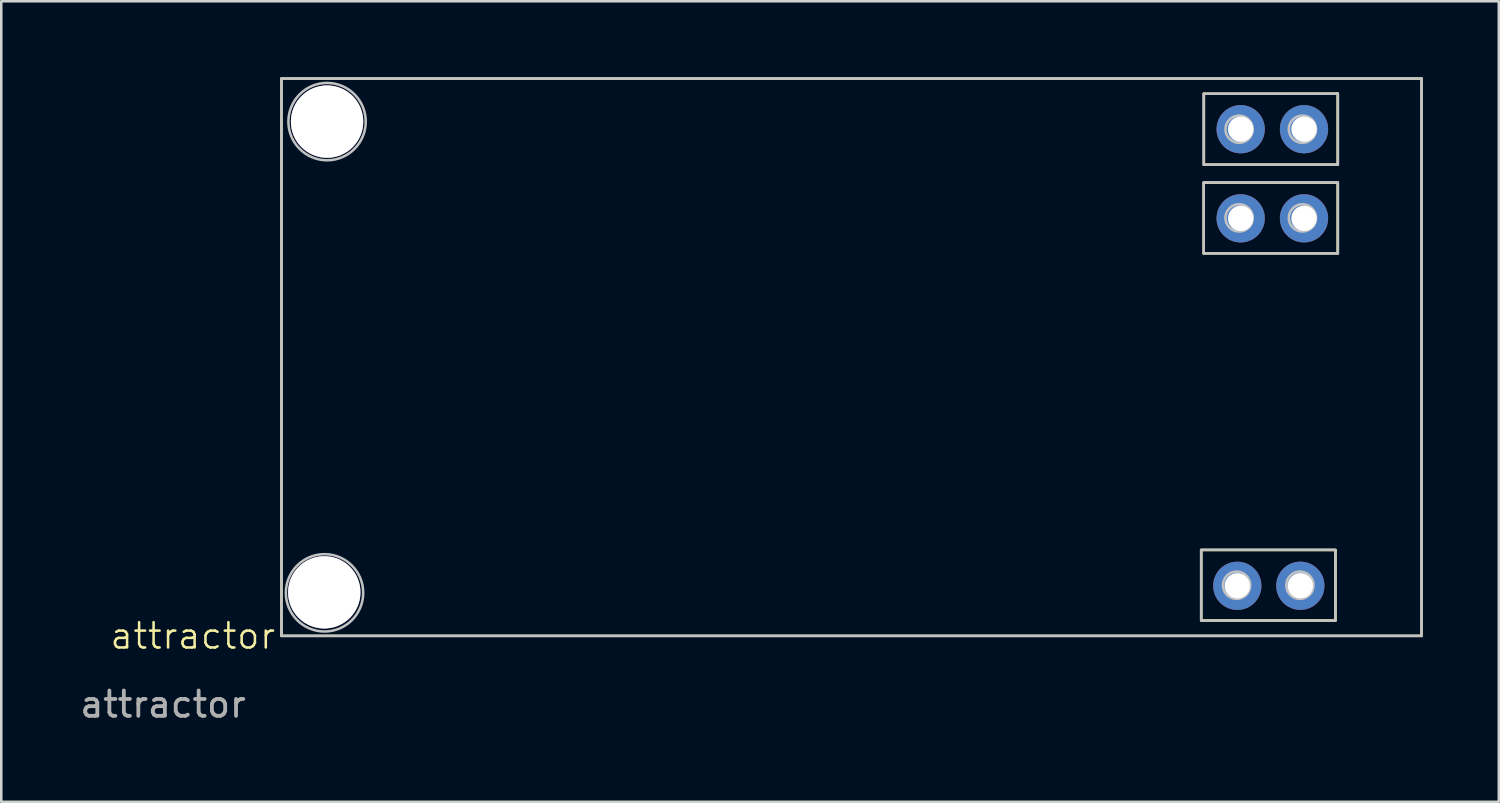
<source format=kicad_pcb>
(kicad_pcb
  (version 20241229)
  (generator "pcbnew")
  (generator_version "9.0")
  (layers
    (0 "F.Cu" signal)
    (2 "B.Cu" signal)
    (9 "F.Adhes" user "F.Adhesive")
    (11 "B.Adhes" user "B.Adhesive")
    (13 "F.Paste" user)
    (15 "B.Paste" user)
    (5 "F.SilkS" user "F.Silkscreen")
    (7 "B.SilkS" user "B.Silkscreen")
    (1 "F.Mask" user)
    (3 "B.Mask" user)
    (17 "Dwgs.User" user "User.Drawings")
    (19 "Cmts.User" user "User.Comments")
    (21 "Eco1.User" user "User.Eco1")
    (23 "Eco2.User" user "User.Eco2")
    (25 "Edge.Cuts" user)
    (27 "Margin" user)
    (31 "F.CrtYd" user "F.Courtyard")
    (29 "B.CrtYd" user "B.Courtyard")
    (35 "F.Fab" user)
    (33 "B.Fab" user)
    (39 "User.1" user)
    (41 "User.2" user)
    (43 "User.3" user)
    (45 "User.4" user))
  (footprint "attractor"
    (layer "F.Cu")
    (at 4.56 22.55)
    (property "Reference" "attractor" (at 0 -0.5 0) (unlocked yes) (layer "F.SilkS") (effects (font (size 1 1) (thickness 0.1))))
    (attr smd exclude_from_pos_files exclude_from_bom)
    (fp_line (start 3.5 -22.5) (end 3.5 -0.5) (stroke (width 0.1) (type default)) (layer "F.SilkS"))
    (fp_line (start 3.5 -0.5) (end 48.5 -0.5) (stroke (width 0.1) (type default)) (layer "F.SilkS"))
    (fp_line (start 39.808 -3.887) (end 39.808 -1.108) (stroke (width 0.1) (type default)) (layer "F.SilkS"))
    (fp_line (start 39.808 -1.108) (end 45.103 -1.108) (stroke (width 0.1) (type default)) (layer "F.SilkS"))
    (fp_line (start 39.902 -15.597) (end 39.902 -18.392) (stroke (width 0.1) (type default)) (layer "F.SilkS"))
    (fp_line (start 39.91 -21.9) (end 45.189 -21.907) (stroke (width 0.1) (type default)) (layer "F.SilkS"))
    (fp_line (start 39.91 -19.104) (end 39.91 -21.9) (stroke (width 0.1) (type default)) (layer "F.SilkS"))
    (fp_line (start 40 -18.392) (end 39.902 -18.392) (stroke (width 0.1) (type default)) (layer "F.SilkS"))
    (fp_line (start 45.097 -3.887) (end 39.808 -3.887) (stroke (width 0.1) (type default)) (layer "F.SilkS"))
    (fp_line (start 45.103 -1.108) (end 45.103 -3.887) (stroke (width 0.1) (type default)) (layer "F.SilkS"))
    (fp_line (start 45.189 -21.907) (end 45.189 -19.104) (stroke (width 0.1) (type default)) (layer "F.SilkS"))
    (fp_line (start 45.189 -19.104) (end 39.91 -19.104) (stroke (width 0.1) (type default)) (layer "F.SilkS"))
    (fp_line (start 45.189 -18.393) (end 40 -18.392) (stroke (width 0.1) (type default)) (layer "F.SilkS"))
    (fp_line (start 45.189 -18.393) (end 45.189 -15.597) (stroke (width 0.1) (type default)) (layer "F.SilkS"))
    (fp_line (start 45.189 -15.597) (end 39.902 -15.597) (stroke (width 0.1) (type default)) (layer "F.SilkS"))
    (fp_line (start 48.5 -22.5) (end 3.5 -22.5) (stroke (width 0.1) (type default)) (layer "F.SilkS"))
    (fp_line (start 48.5 -0.5) (end 48.5 -22.5) (stroke (width 0.1) (type default)) (layer "F.SilkS"))
    (fp_rect (start 3.5 -22.5) (end 48.5 -0.5) (stroke (width 0.1) (type default)) (fill no) (layer "Dwgs.User"))
    (fp_rect (start 39.8 -3.9) (end 45.1 -1.1) (stroke (width 0.1) (type default)) (fill no) (layer "Dwgs.User"))
    (fp_rect (start 39.9 -21.9) (end 45.2 -19.1) (stroke (width 0.1) (type default)) (fill no) (layer "Dwgs.User"))
    (fp_rect (start 39.9 -18.4) (end 45.2 -15.6) (stroke (width 0.1) (type default)) (fill no) (layer "Dwgs.User"))
    (fp_circle (center 5.2 -2.2) (end 6.5 -1.4) (stroke (width 0.1) (type default)) (fill no) (layer "Dwgs.User"))
    (fp_circle (center 5.3 -20.8) (end 6.6 -20) (stroke (width 0.1) (type default)) (fill no) (layer "Dwgs.User"))
    (fp_circle (center 41.2 -2.5) (end 41 -3) (stroke (width 0.1) (type default)) (fill no) (layer "Dwgs.User"))
    (fp_circle (center 41.3 -20.5) (end 41.1 -21) (stroke (width 0.1) (type default)) (fill no) (layer "Dwgs.User"))
    (fp_circle (center 41.3 -17) (end 41.1 -17.5) (stroke (width 0.1) (type default)) (fill no) (layer "Dwgs.User"))
    (fp_circle (center 43.7 -2.5) (end 43.5 -3) (stroke (width 0.1) (type default)) (fill no) (layer "Dwgs.User"))
    (fp_circle (center 43.8 -20.5) (end 43.6 -21) (stroke (width 0.1) (type default)) (fill no) (layer "Dwgs.User"))
    (fp_circle (center 43.8 -17) (end 43.6 -17.5) (stroke (width 0.1) (type default)) (fill no) (layer "Dwgs.User"))
    (fp_text user "${REFERENCE}" (at -1.174 2.2 0) (unlocked yes) (layer "F.Fab") (effects (font (size 1 1) (thickness 0.15))))
    (pad "1" thru_hole circle (at 41.361 -16.982) (size 1.905 1.905) (drill 1) (layers "*.Cu" "*.Mask"))
    (pad "2" thru_hole circle (at 43.861 -16.982) (size 1.905 1.905) (drill 1) (layers "*.Cu" "*.Mask"))
    (pad "3" thru_hole circle (at 41.361 -20.5) (size 1.905 1.905) (drill 1) (layers "*.Cu" "*.Mask"))
    (pad "4" thru_hole circle (at 43.861 -20.5) (size 1.905 1.905) (drill 1) (layers "*.Cu" "*.Mask"))
    (pad "5" thru_hole circle (at 41.228 -2.477) (size 1.905 1.905) (drill 1) (layers "*.Cu" "*.Mask"))
    (pad "6" thru_hole circle (at 43.716 -2.479) (size 1.905 1.905) (drill 1) (layers "*.Cu" "*.Mask"))
    (pad "7" thru_hole circle (at 5.189 -2.219) (size 2.857 2.857) (drill 2.9) (layers "*.Cu" "*.Mask"))
    (pad "7" thru_hole circle (at 5.3 -20.8) (size 2.857 2.857) (drill 2.9) (layers "*.Cu" "*.Mask")))
  (gr_rect
    (start -3 -3)
    (end 56.11 28.598)
    (stroke (width 0.1) (type default))
    (fill no)
    (layer "Edge.Cuts")))
</source>
